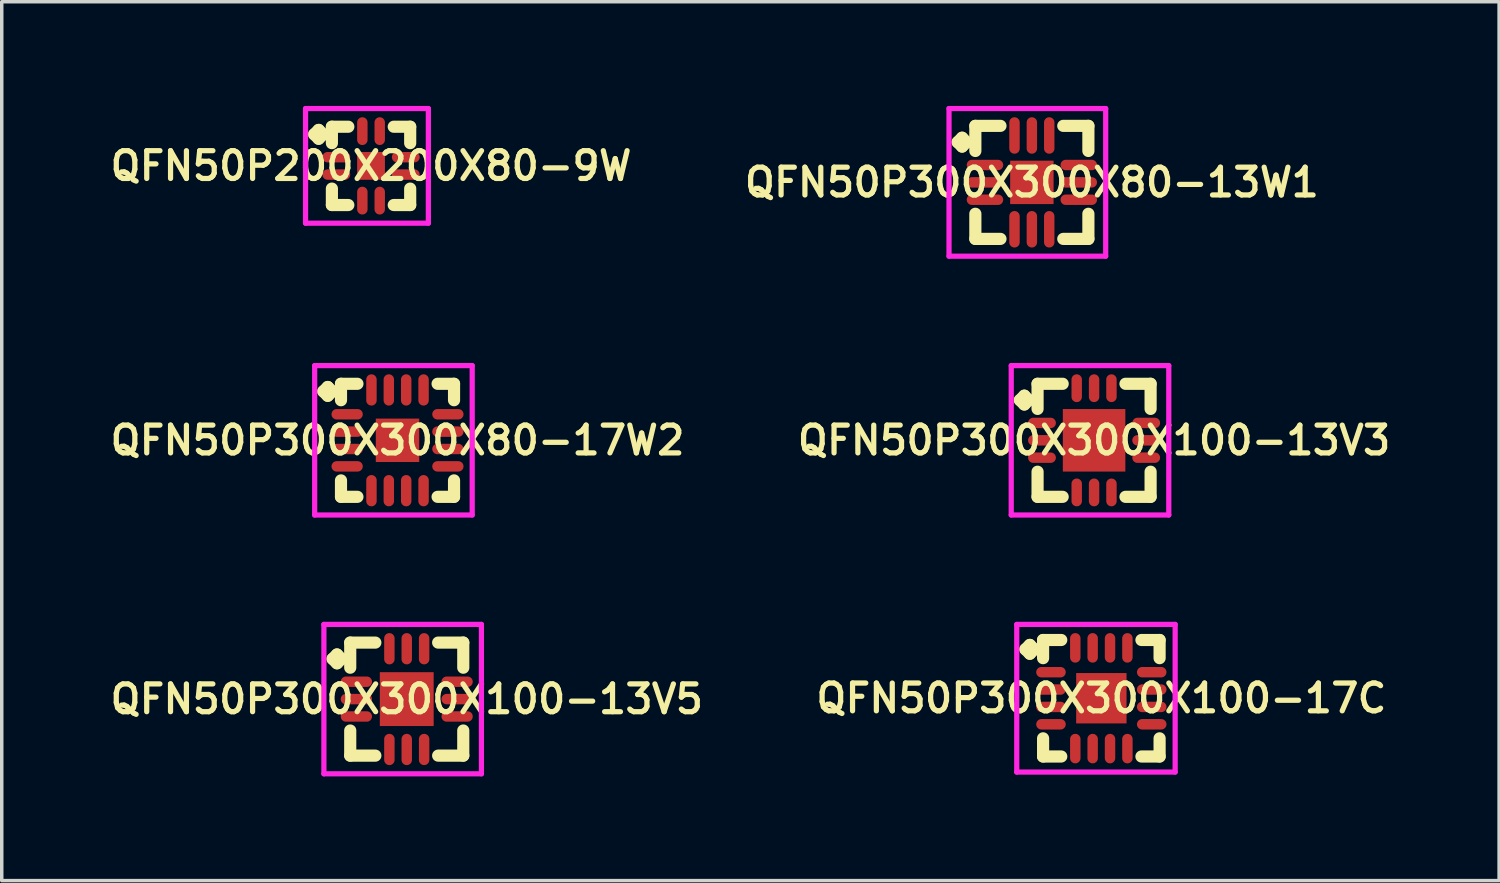
<source format=kicad_pcb>
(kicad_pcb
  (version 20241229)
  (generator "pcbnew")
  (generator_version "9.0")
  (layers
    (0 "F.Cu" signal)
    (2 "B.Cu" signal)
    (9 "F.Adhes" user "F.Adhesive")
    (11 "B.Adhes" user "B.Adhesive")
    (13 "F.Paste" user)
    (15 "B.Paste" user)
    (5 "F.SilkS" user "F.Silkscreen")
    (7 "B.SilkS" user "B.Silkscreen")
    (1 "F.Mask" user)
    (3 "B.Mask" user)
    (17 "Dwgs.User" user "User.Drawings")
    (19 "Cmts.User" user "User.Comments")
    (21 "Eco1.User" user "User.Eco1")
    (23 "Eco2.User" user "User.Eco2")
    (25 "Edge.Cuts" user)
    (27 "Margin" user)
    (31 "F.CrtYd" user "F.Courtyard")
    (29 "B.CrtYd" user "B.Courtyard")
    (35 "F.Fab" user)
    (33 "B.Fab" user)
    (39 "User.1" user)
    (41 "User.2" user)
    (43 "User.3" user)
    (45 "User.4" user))
  (footprint "QFN50P300X300X100-13V5"
    (layer "F.Cu")
    (at 8.659 17.075)
    (property "Reference" "QFN50P300X300X100-13V5" (at 0 0 0) (layer "F.SilkS") (effects (font (size 0.8 0.8) (thickness 0.15))))
    (attr smd)
    (fp_line (start -2.135 -1.158) (end -2.008 -1.285) (stroke (width 0.35) (type solid)) (layer "F.SilkS"))
    (fp_line (start -2.008 -1.285) (end -1.881 -1.158) (stroke (width 0.35) (type solid)) (layer "F.SilkS"))
    (fp_line (start -2.008 -1.031) (end -2.135 -1.158) (stroke (width 0.35) (type solid)) (layer "F.SilkS"))
    (fp_line (start -1.881 -1.158) (end -2.008 -1.031) (stroke (width 0.35) (type solid)) (layer "F.SilkS"))
    (fp_line (start -1.627 -1.627) (end -0.904 -1.627) (stroke (width 0.35) (type solid)) (layer "F.SilkS"))
    (fp_line (start -1.627 -0.904) (end -1.627 -1.627) (stroke (width 0.35) (type solid)) (layer "F.SilkS"))
    (fp_line (start -1.627 0.904) (end -1.627 1.627) (stroke (width 0.35) (type solid)) (layer "F.SilkS"))
    (fp_line (start -1.627 1.627) (end -0.904 1.627) (stroke (width 0.35) (type solid)) (layer "F.SilkS"))
    (fp_line (start 0.904 -1.627) (end 1.627 -1.627) (stroke (width 0.35) (type solid)) (layer "F.SilkS"))
    (fp_line (start 0.904 1.627) (end 1.627 1.627) (stroke (width 0.35) (type solid)) (layer "F.SilkS"))
    (fp_line (start 1.627 -1.627) (end 1.627 -0.904) (stroke (width 0.35) (type solid)) (layer "F.SilkS"))
    (fp_line (start 1.627 1.627) (end 1.627 0.904) (stroke (width 0.35) (type solid)) (layer "F.SilkS"))
    (fp_line (start -2.385 -2.15) (end 2.15 -2.15) (stroke (width 0.15) (type solid)) (layer "F.CrtYd"))
    (fp_line (start -2.385 2.15) (end -2.385 -2.15) (stroke (width 0.15) (type solid)) (layer "F.CrtYd"))
    (fp_line (start 2.15 -2.15) (end 2.15 2.15) (stroke (width 0.15) (type solid)) (layer "F.CrtYd"))
    (fp_line (start 2.15 2.15) (end -2.385 2.15) (stroke (width 0.15) (type solid)) (layer "F.CrtYd"))
    (pad "1" smd oval (at -1.45 -0.5) (size 0.9 0.3) (layers "F.Cu" "F.Mask" "F.Paste"))
    (pad "2" smd oval (at -1.45 0) (size 0.9 0.3) (layers "F.Cu" "F.Mask" "F.Paste"))
    (pad "3" smd oval (at -1.45 0.5) (size 0.9 0.3) (layers "F.Cu" "F.Mask" "F.Paste"))
    (pad "4" smd oval (at -0.5 1.45) (size 0.3 0.9) (layers "F.Cu" "F.Mask" "F.Paste"))
    (pad "5" smd oval (at 0 1.45) (size 0.3 0.9) (layers "F.Cu" "F.Mask" "F.Paste"))
    (pad "6" smd oval (at 0.5 1.45) (size 0.3 0.9) (layers "F.Cu" "F.Mask" "F.Paste"))
    (pad "7" smd oval (at 1.45 0.5) (size 0.9 0.3) (layers "F.Cu" "F.Mask" "F.Paste"))
    (pad "8" smd oval (at 1.45 0) (size 0.9 0.3) (layers "F.Cu" "F.Mask" "F.Paste"))
    (pad "9" smd oval (at 1.45 -0.5) (size 0.9 0.3) (layers "F.Cu" "F.Mask" "F.Paste"))
    (pad "10" smd oval (at 0.5 -1.45) (size 0.3 0.9) (layers "F.Cu" "F.Mask" "F.Paste"))
    (pad "11" smd oval (at 0 -1.45) (size 0.3 0.9) (layers "F.Cu" "F.Mask" "F.Paste"))
    (pad "12" smd oval (at -0.5 -1.45) (size 0.3 0.9) (layers "F.Cu" "F.Mask" "F.Paste"))
    (pad "13" smd rect (at 0 0) (size 1.55 1.55) (layers "F.Cu" "F.Mask" "F.Paste")))
  (footprint "QFN50P300X300X80-17W2"
    (layer "F.Cu")
    (at 8.393 9.625)
    (property "Reference" "QFN50P300X300X80-17W2" (at 0 0 0) (layer "F.SilkS") (effects (font (size 0.8 0.8) (thickness 0.15))))
    (attr smd)
    (fp_line (start -2.135 -1.408) (end -2.008 -1.535) (stroke (width 0.35) (type solid)) (layer "F.SilkS"))
    (fp_line (start -2.008 -1.535) (end -1.881 -1.408) (stroke (width 0.35) (type solid)) (layer "F.SilkS"))
    (fp_line (start -2.008 -1.281) (end -2.135 -1.408) (stroke (width 0.35) (type solid)) (layer "F.SilkS"))
    (fp_line (start -1.881 -1.408) (end -2.008 -1.281) (stroke (width 0.35) (type solid)) (layer "F.SilkS"))
    (fp_line (start -1.627 -1.627) (end -1.154 -1.627) (stroke (width 0.35) (type solid)) (layer "F.SilkS"))
    (fp_line (start -1.627 -1.154) (end -1.627 -1.627) (stroke (width 0.35) (type solid)) (layer "F.SilkS"))
    (fp_line (start -1.627 1.154) (end -1.627 1.627) (stroke (width 0.35) (type solid)) (layer "F.SilkS"))
    (fp_line (start -1.627 1.627) (end -1.154 1.627) (stroke (width 0.35) (type solid)) (layer "F.SilkS"))
    (fp_line (start 1.154 -1.627) (end 1.627 -1.627) (stroke (width 0.35) (type solid)) (layer "F.SilkS"))
    (fp_line (start 1.154 1.627) (end 1.627 1.627) (stroke (width 0.35) (type solid)) (layer "F.SilkS"))
    (fp_line (start 1.627 -1.627) (end 1.627 -1.154) (stroke (width 0.35) (type solid)) (layer "F.SilkS"))
    (fp_line (start 1.627 1.627) (end 1.627 1.154) (stroke (width 0.35) (type solid)) (layer "F.SilkS"))
    (fp_line (start -2.385 -2.15) (end 2.15 -2.15) (stroke (width 0.15) (type solid)) (layer "F.CrtYd"))
    (fp_line (start -2.385 2.15) (end -2.385 -2.15) (stroke (width 0.15) (type solid)) (layer "F.CrtYd"))
    (fp_line (start 2.15 -2.15) (end 2.15 2.15) (stroke (width 0.15) (type solid)) (layer "F.CrtYd"))
    (fp_line (start 2.15 2.15) (end -2.385 2.15) (stroke (width 0.15) (type solid)) (layer "F.CrtYd"))
    (pad "1" smd oval (at -1.45 -0.75) (size 0.9 0.3) (layers "F.Cu" "F.Mask" "F.Paste"))
    (pad "2" smd oval (at -1.45 -0.25) (size 0.9 0.3) (layers "F.Cu" "F.Mask" "F.Paste"))
    (pad "3" smd oval (at -1.45 0.25) (size 0.9 0.3) (layers "F.Cu" "F.Mask" "F.Paste"))
    (pad "4" smd oval (at -1.45 0.75) (size 0.9 0.3) (layers "F.Cu" "F.Mask" "F.Paste"))
    (pad "5" smd oval (at -0.75 1.45) (size 0.3 0.9) (layers "F.Cu" "F.Mask" "F.Paste"))
    (pad "6" smd oval (at -0.25 1.45) (size 0.3 0.9) (layers "F.Cu" "F.Mask" "F.Paste"))
    (pad "7" smd oval (at 0.25 1.45) (size 0.3 0.9) (layers "F.Cu" "F.Mask" "F.Paste"))
    (pad "8" smd oval (at 0.75 1.45) (size 0.3 0.9) (layers "F.Cu" "F.Mask" "F.Paste"))
    (pad "9" smd oval (at 1.45 0.75) (size 0.9 0.3) (layers "F.Cu" "F.Mask" "F.Paste"))
    (pad "10" smd oval (at 1.45 0.25) (size 0.9 0.3) (layers "F.Cu" "F.Mask" "F.Paste"))
    (pad "11" smd oval (at 1.45 -0.25) (size 0.9 0.3) (layers "F.Cu" "F.Mask" "F.Paste"))
    (pad "12" smd oval (at 1.45 -0.75) (size 0.9 0.3) (layers "F.Cu" "F.Mask" "F.Paste"))
    (pad "13" smd oval (at 0.75 -1.45) (size 0.3 0.9) (layers "F.Cu" "F.Mask" "F.Paste"))
    (pad "14" smd oval (at 0.25 -1.45) (size 0.3 0.9) (layers "F.Cu" "F.Mask" "F.Paste"))
    (pad "15" smd oval (at -0.25 -1.45) (size 0.3 0.9) (layers "F.Cu" "F.Mask" "F.Paste"))
    (pad "16" smd oval (at -0.75 -1.45) (size 0.3 0.9) (layers "F.Cu" "F.Mask" "F.Paste"))
    (pad "17" smd rect (at 0 0) (size 1.25 1.25) (layers "F.Cu" "F.Mask" "F.Paste")))
  (footprint "QFN50P200X200X80-9W"
    (layer "F.Cu")
    (at 7.631 1.725)
    (property "Reference" "QFN50P200X200X80-9W" (at 0 0 0) (layer "F.SilkS") (effects (font (size 0.8 0.8) (thickness 0.15))))
    (attr smd)
    (fp_line (start -1.635 -0.908) (end -1.508 -1.035) (stroke (width 0.35) (type solid)) (layer "F.SilkS"))
    (fp_line (start -1.508 -1.035) (end -1.381 -0.908) (stroke (width 0.35) (type solid)) (layer "F.SilkS"))
    (fp_line (start -1.508 -0.781) (end -1.635 -0.908) (stroke (width 0.35) (type solid)) (layer "F.SilkS"))
    (fp_line (start -1.381 -0.908) (end -1.508 -0.781) (stroke (width 0.35) (type solid)) (layer "F.SilkS"))
    (fp_line (start -1.127 -1.127) (end -0.654 -1.127) (stroke (width 0.35) (type solid)) (layer "F.SilkS"))
    (fp_line (start -1.127 -0.654) (end -1.127 -1.127) (stroke (width 0.35) (type solid)) (layer "F.SilkS"))
    (fp_line (start -1.127 0.654) (end -1.127 1.127) (stroke (width 0.35) (type solid)) (layer "F.SilkS"))
    (fp_line (start -1.127 1.127) (end -0.654 1.127) (stroke (width 0.35) (type solid)) (layer "F.SilkS"))
    (fp_line (start 0.654 -1.127) (end 1.127 -1.127) (stroke (width 0.35) (type solid)) (layer "F.SilkS"))
    (fp_line (start 0.654 1.127) (end 1.127 1.127) (stroke (width 0.35) (type solid)) (layer "F.SilkS"))
    (fp_line (start 1.127 -1.127) (end 1.127 -0.654) (stroke (width 0.35) (type solid)) (layer "F.SilkS"))
    (fp_line (start 1.127 1.127) (end 1.127 0.654) (stroke (width 0.35) (type solid)) (layer "F.SilkS"))
    (fp_line (start -1.885 -1.65) (end 1.65 -1.65) (stroke (width 0.15) (type solid)) (layer "F.CrtYd"))
    (fp_line (start -1.885 1.65) (end -1.885 -1.65) (stroke (width 0.15) (type solid)) (layer "F.CrtYd"))
    (fp_line (start 1.65 -1.65) (end 1.65 1.65) (stroke (width 0.15) (type solid)) (layer "F.CrtYd"))
    (fp_line (start 1.65 1.65) (end -1.885 1.65) (stroke (width 0.15) (type solid)) (layer "F.CrtYd"))
    (pad "1" smd oval (at -1 -0.25) (size 0.8 0.3) (layers "F.Cu" "F.Mask" "F.Paste"))
    (pad "2" smd oval (at -1 0.25) (size 0.8 0.3) (layers "F.Cu" "F.Mask" "F.Paste"))
    (pad "3" smd oval (at -0.25 1) (size 0.3 0.8) (layers "F.Cu" "F.Mask" "F.Paste"))
    (pad "4" smd oval (at 0.25 1) (size 0.3 0.8) (layers "F.Cu" "F.Mask" "F.Paste"))
    (pad "5" smd oval (at 1 0.25) (size 0.8 0.3) (layers "F.Cu" "F.Mask" "F.Paste"))
    (pad "6" smd oval (at 1 -0.25) (size 0.8 0.3) (layers "F.Cu" "F.Mask" "F.Paste"))
    (pad "7" smd oval (at 0.25 -1) (size 0.3 0.8) (layers "F.Cu" "F.Mask" "F.Paste"))
    (pad "8" smd oval (at -0.25 -1) (size 0.3 0.8) (layers "F.Cu" "F.Mask" "F.Paste"))
    (pad "9" smd rect (at 0 0) (size 0.8 0.8) (layers "F.Cu" "F.Mask" "F.Paste")))
  (footprint "QFN50P300X300X100-13V3"
    (layer "F.Cu")
    (at 28.445 9.625)
    (property "Reference" "QFN50P300X300X100-13V3" (at 0 0 0) (layer "F.SilkS") (effects (font (size 0.8 0.8) (thickness 0.15))))
    (attr smd)
    (fp_line (start -2.135 -1.158) (end -2.008 -1.285) (stroke (width 0.35) (type solid)) (layer "F.SilkS"))
    (fp_line (start -2.008 -1.285) (end -1.881 -1.158) (stroke (width 0.35) (type solid)) (layer "F.SilkS"))
    (fp_line (start -2.008 -1.031) (end -2.135 -1.158) (stroke (width 0.35) (type solid)) (layer "F.SilkS"))
    (fp_line (start -1.881 -1.158) (end -2.008 -1.031) (stroke (width 0.35) (type solid)) (layer "F.SilkS"))
    (fp_line (start -1.627 -1.627) (end -0.904 -1.627) (stroke (width 0.35) (type solid)) (layer "F.SilkS"))
    (fp_line (start -1.627 -0.904) (end -1.627 -1.627) (stroke (width 0.35) (type solid)) (layer "F.SilkS"))
    (fp_line (start -1.627 0.904) (end -1.627 1.627) (stroke (width 0.35) (type solid)) (layer "F.SilkS"))
    (fp_line (start -1.627 1.627) (end -0.904 1.627) (stroke (width 0.35) (type solid)) (layer "F.SilkS"))
    (fp_line (start 0.904 -1.627) (end 1.627 -1.627) (stroke (width 0.35) (type solid)) (layer "F.SilkS"))
    (fp_line (start 0.904 1.627) (end 1.627 1.627) (stroke (width 0.35) (type solid)) (layer "F.SilkS"))
    (fp_line (start 1.627 -1.627) (end 1.627 -0.904) (stroke (width 0.35) (type solid)) (layer "F.SilkS"))
    (fp_line (start 1.627 1.627) (end 1.627 0.904) (stroke (width 0.35) (type solid)) (layer "F.SilkS"))
    (fp_line (start -2.385 -2.15) (end 2.15 -2.15) (stroke (width 0.15) (type solid)) (layer "F.CrtYd"))
    (fp_line (start -2.385 2.15) (end -2.385 -2.15) (stroke (width 0.15) (type solid)) (layer "F.CrtYd"))
    (fp_line (start 2.15 -2.15) (end 2.15 2.15) (stroke (width 0.15) (type solid)) (layer "F.CrtYd"))
    (fp_line (start 2.15 2.15) (end -2.385 2.15) (stroke (width 0.15) (type solid)) (layer "F.CrtYd"))
    (pad "1" smd oval (at -1.5 -0.5) (size 0.8 0.3) (layers "F.Cu" "F.Mask" "F.Paste"))
    (pad "2" smd oval (at -1.5 0) (size 0.8 0.3) (layers "F.Cu" "F.Mask" "F.Paste"))
    (pad "3" smd oval (at -1.5 0.5) (size 0.8 0.3) (layers "F.Cu" "F.Mask" "F.Paste"))
    (pad "4" smd oval (at -0.5 1.5) (size 0.3 0.8) (layers "F.Cu" "F.Mask" "F.Paste"))
    (pad "5" smd oval (at 0 1.5) (size 0.3 0.8) (layers "F.Cu" "F.Mask" "F.Paste"))
    (pad "6" smd oval (at 0.5 1.5) (size 0.3 0.8) (layers "F.Cu" "F.Mask" "F.Paste"))
    (pad "7" smd oval (at 1.5 0.5) (size 0.8 0.3) (layers "F.Cu" "F.Mask" "F.Paste"))
    (pad "8" smd oval (at 1.5 0) (size 0.8 0.3) (layers "F.Cu" "F.Mask" "F.Paste"))
    (pad "9" smd oval (at 1.5 -0.5) (size 0.8 0.3) (layers "F.Cu" "F.Mask" "F.Paste"))
    (pad "10" smd oval (at 0.5 -1.5) (size 0.3 0.8) (layers "F.Cu" "F.Mask" "F.Paste"))
    (pad "11" smd oval (at 0 -1.5) (size 0.3 0.8) (layers "F.Cu" "F.Mask" "F.Paste"))
    (pad "12" smd oval (at -0.5 -1.5) (size 0.3 0.8) (layers "F.Cu" "F.Mask" "F.Paste"))
    (pad "13" smd rect (at 0 0) (size 1.8 1.8) (layers "F.Cu" "F.Mask" "F.Paste")))
  (footprint "QFN50P300X300X80-13W1"
    (layer "F.Cu")
    (at 26.654 2.2)
    (property "Reference" "QFN50P300X300X80-13W1" (at 0 0 0) (layer "F.SilkS") (effects (font (size 0.8 0.8) (thickness 0.15))))
    (attr through_hole)
    (fp_line (start -2.135 -1.158) (end -2.008 -1.285) (stroke (width 0.35) (type solid)) (layer "F.SilkS"))
    (fp_line (start -2.008 -1.285) (end -1.881 -1.158) (stroke (width 0.35) (type solid)) (layer "F.SilkS"))
    (fp_line (start -2.008 -1.031) (end -2.135 -1.158) (stroke (width 0.35) (type solid)) (layer "F.SilkS"))
    (fp_line (start -1.881 -1.158) (end -2.008 -1.031) (stroke (width 0.35) (type solid)) (layer "F.SilkS"))
    (fp_line (start -1.627 -1.627) (end -0.904 -1.627) (stroke (width 0.35) (type solid)) (layer "F.SilkS"))
    (fp_line (start -1.627 -0.904) (end -1.627 -1.627) (stroke (width 0.35) (type solid)) (layer "F.SilkS"))
    (fp_line (start -1.627 0.904) (end -1.627 1.627) (stroke (width 0.35) (type solid)) (layer "F.SilkS"))
    (fp_line (start -1.627 1.627) (end -0.904 1.627) (stroke (width 0.35) (type solid)) (layer "F.SilkS"))
    (fp_line (start 0.904 -1.627) (end 1.627 -1.627) (stroke (width 0.35) (type solid)) (layer "F.SilkS"))
    (fp_line (start 0.904 1.627) (end 1.627 1.627) (stroke (width 0.35) (type solid)) (layer "F.SilkS"))
    (fp_line (start 1.627 -1.627) (end 1.627 -0.904) (stroke (width 0.35) (type solid)) (layer "F.SilkS"))
    (fp_line (start 1.627 1.627) (end 1.627 0.904) (stroke (width 0.35) (type solid)) (layer "F.SilkS"))
    (fp_line (start -2.385 -2.125) (end 2.125 -2.125) (stroke (width 0.15) (type solid)) (layer "F.CrtYd"))
    (fp_line (start -2.385 2.125) (end -2.385 -2.125) (stroke (width 0.15) (type solid)) (layer "F.CrtYd"))
    (fp_line (start 2.125 -2.125) (end 2.125 2.125) (stroke (width 0.15) (type solid)) (layer "F.CrtYd"))
    (fp_line (start 2.125 2.125) (end -2.385 2.125) (stroke (width 0.15) (type solid)) (layer "F.CrtYd"))
    (pad "1" smd oval (at -1.35 -0.5) (size 1.05 0.3) (layers "F.Cu" "F.Mask" "F.Paste"))
    (pad "2" smd oval (at -1.35 0) (size 1.05 0.3) (layers "F.Cu" "F.Mask" "F.Paste"))
    (pad "3" smd oval (at -1.35 0.5) (size 1.05 0.3) (layers "F.Cu" "F.Mask" "F.Paste"))
    (pad "4" smd oval (at -0.5 1.35) (size 0.3 1.05) (layers "F.Cu" "F.Mask" "F.Paste"))
    (pad "5" smd oval (at 0 1.35) (size 0.3 1.05) (layers "F.Cu" "F.Mask" "F.Paste"))
    (pad "6" smd oval (at 0.5 1.35) (size 0.3 1.05) (layers "F.Cu" "F.Mask" "F.Paste"))
    (pad "7" smd oval (at 1.35 0.5) (size 1.05 0.3) (layers "F.Cu" "F.Mask" "F.Paste"))
    (pad "8" smd oval (at 1.35 0) (size 1.05 0.3) (layers "F.Cu" "F.Mask" "F.Paste"))
    (pad "9" smd oval (at 1.35 -0.5) (size 1.05 0.3) (layers "F.Cu" "F.Mask" "F.Paste"))
    (pad "10" smd oval (at 0.5 -1.35) (size 0.3 1.05) (layers "F.Cu" "F.Mask" "F.Paste"))
    (pad "11" smd oval (at 0 -1.35) (size 0.3 1.05) (layers "F.Cu" "F.Mask" "F.Paste"))
    (pad "12" smd oval (at -0.5 -1.35) (size 0.3 1.05) (layers "F.Cu" "F.Mask" "F.Paste"))
    (pad "13" smd rect (at 0 0) (size 1.25 1.25) (layers "F.Cu" "F.Mask" "F.Paste")))
  (footprint "QFN50P300X300X100-17C"
    (layer "F.Cu")
    (at 28.654 17.05)
    (property "Reference" "QFN50P300X300X100-17C" (at 0 0 0) (layer "F.SilkS") (effects (font (size 0.8 0.8) (thickness 0.15))))
    (attr smd)
    (fp_line (start -2.185 -1.408) (end -2.058 -1.535) (stroke (width 0.35) (type solid)) (layer "F.SilkS"))
    (fp_line (start -2.058 -1.535) (end -1.931 -1.408) (stroke (width 0.35) (type solid)) (layer "F.SilkS"))
    (fp_line (start -2.058 -1.281) (end -2.185 -1.408) (stroke (width 0.35) (type solid)) (layer "F.SilkS"))
    (fp_line (start -1.931 -1.408) (end -2.058 -1.281) (stroke (width 0.35) (type solid)) (layer "F.SilkS"))
    (fp_line (start -1.677 -1.677) (end -1.154 -1.677) (stroke (width 0.35) (type solid)) (layer "F.SilkS"))
    (fp_line (start -1.677 -1.154) (end -1.677 -1.677) (stroke (width 0.35) (type solid)) (layer "F.SilkS"))
    (fp_line (start -1.677 1.154) (end -1.677 1.677) (stroke (width 0.35) (type solid)) (layer "F.SilkS"))
    (fp_line (start -1.677 1.677) (end -1.154 1.677) (stroke (width 0.35) (type solid)) (layer "F.SilkS"))
    (fp_line (start 1.154 -1.677) (end 1.677 -1.677) (stroke (width 0.35) (type solid)) (layer "F.SilkS"))
    (fp_line (start 1.154 1.677) (end 1.677 1.677) (stroke (width 0.35) (type solid)) (layer "F.SilkS"))
    (fp_line (start 1.677 -1.677) (end 1.677 -1.154) (stroke (width 0.35) (type solid)) (layer "F.SilkS"))
    (fp_line (start 1.677 1.677) (end 1.677 1.154) (stroke (width 0.35) (type solid)) (layer "F.SilkS"))
    (fp_line (start -2.435 -2.125) (end 2.125 -2.125) (stroke (width 0.15) (type solid)) (layer "F.CrtYd"))
    (fp_line (start -2.435 2.125) (end -2.435 -2.125) (stroke (width 0.15) (type solid)) (layer "F.CrtYd"))
    (fp_line (start 2.125 -2.125) (end 2.125 2.125) (stroke (width 0.15) (type solid)) (layer "F.CrtYd"))
    (fp_line (start 2.125 2.125) (end -2.435 2.125) (stroke (width 0.15) (type solid)) (layer "F.CrtYd"))
    (pad "1" smd oval (at -1.45 -0.75) (size 0.85 0.3) (layers "F.Cu" "F.Mask" "F.Paste"))
    (pad "2" smd oval (at -1.45 -0.25) (size 0.85 0.3) (layers "F.Cu" "F.Mask" "F.Paste"))
    (pad "3" smd oval (at -1.45 0.25) (size 0.85 0.3) (layers "F.Cu" "F.Mask" "F.Paste"))
    (pad "4" smd oval (at -1.45 0.75) (size 0.85 0.3) (layers "F.Cu" "F.Mask" "F.Paste"))
    (pad "5" smd oval (at -0.75 1.45) (size 0.3 0.85) (layers "F.Cu" "F.Mask" "F.Paste"))
    (pad "6" smd oval (at -0.25 1.45) (size 0.3 0.85) (layers "F.Cu" "F.Mask" "F.Paste"))
    (pad "7" smd oval (at 0.25 1.45) (size 0.3 0.85) (layers "F.Cu" "F.Mask" "F.Paste"))
    (pad "8" smd oval (at 0.75 1.45) (size 0.3 0.85) (layers "F.Cu" "F.Mask" "F.Paste"))
    (pad "9" smd oval (at 1.45 0.75) (size 0.85 0.3) (layers "F.Cu" "F.Mask" "F.Paste"))
    (pad "10" smd oval (at 1.45 0.25) (size 0.85 0.3) (layers "F.Cu" "F.Mask" "F.Paste"))
    (pad "11" smd oval (at 1.45 -0.25) (size 0.85 0.3) (layers "F.Cu" "F.Mask" "F.Paste"))
    (pad "12" smd oval (at 1.45 -0.75) (size 0.85 0.3) (layers "F.Cu" "F.Mask" "F.Paste"))
    (pad "13" smd oval (at 0.75 -1.45) (size 0.3 0.85) (layers "F.Cu" "F.Mask" "F.Paste"))
    (pad "14" smd oval (at 0.25 -1.45) (size 0.3 0.85) (layers "F.Cu" "F.Mask" "F.Paste"))
    (pad "15" smd oval (at -0.25 -1.45) (size 0.3 0.85) (layers "F.Cu" "F.Mask" "F.Paste"))
    (pad "16" smd oval (at -0.75 -1.45) (size 0.3 0.85) (layers "F.Cu" "F.Mask" "F.Paste"))
    (pad "17" smd rect (at 0 0) (size 1.45 1.45) (layers "F.Cu" "F.Mask" "F.Paste")))
  (gr_rect
    (start -3 -3)
    (end 40.104 22.3)
    (stroke (width 0.1) (type default))
    (fill no)
    (layer "Edge.Cuts")))
</source>
